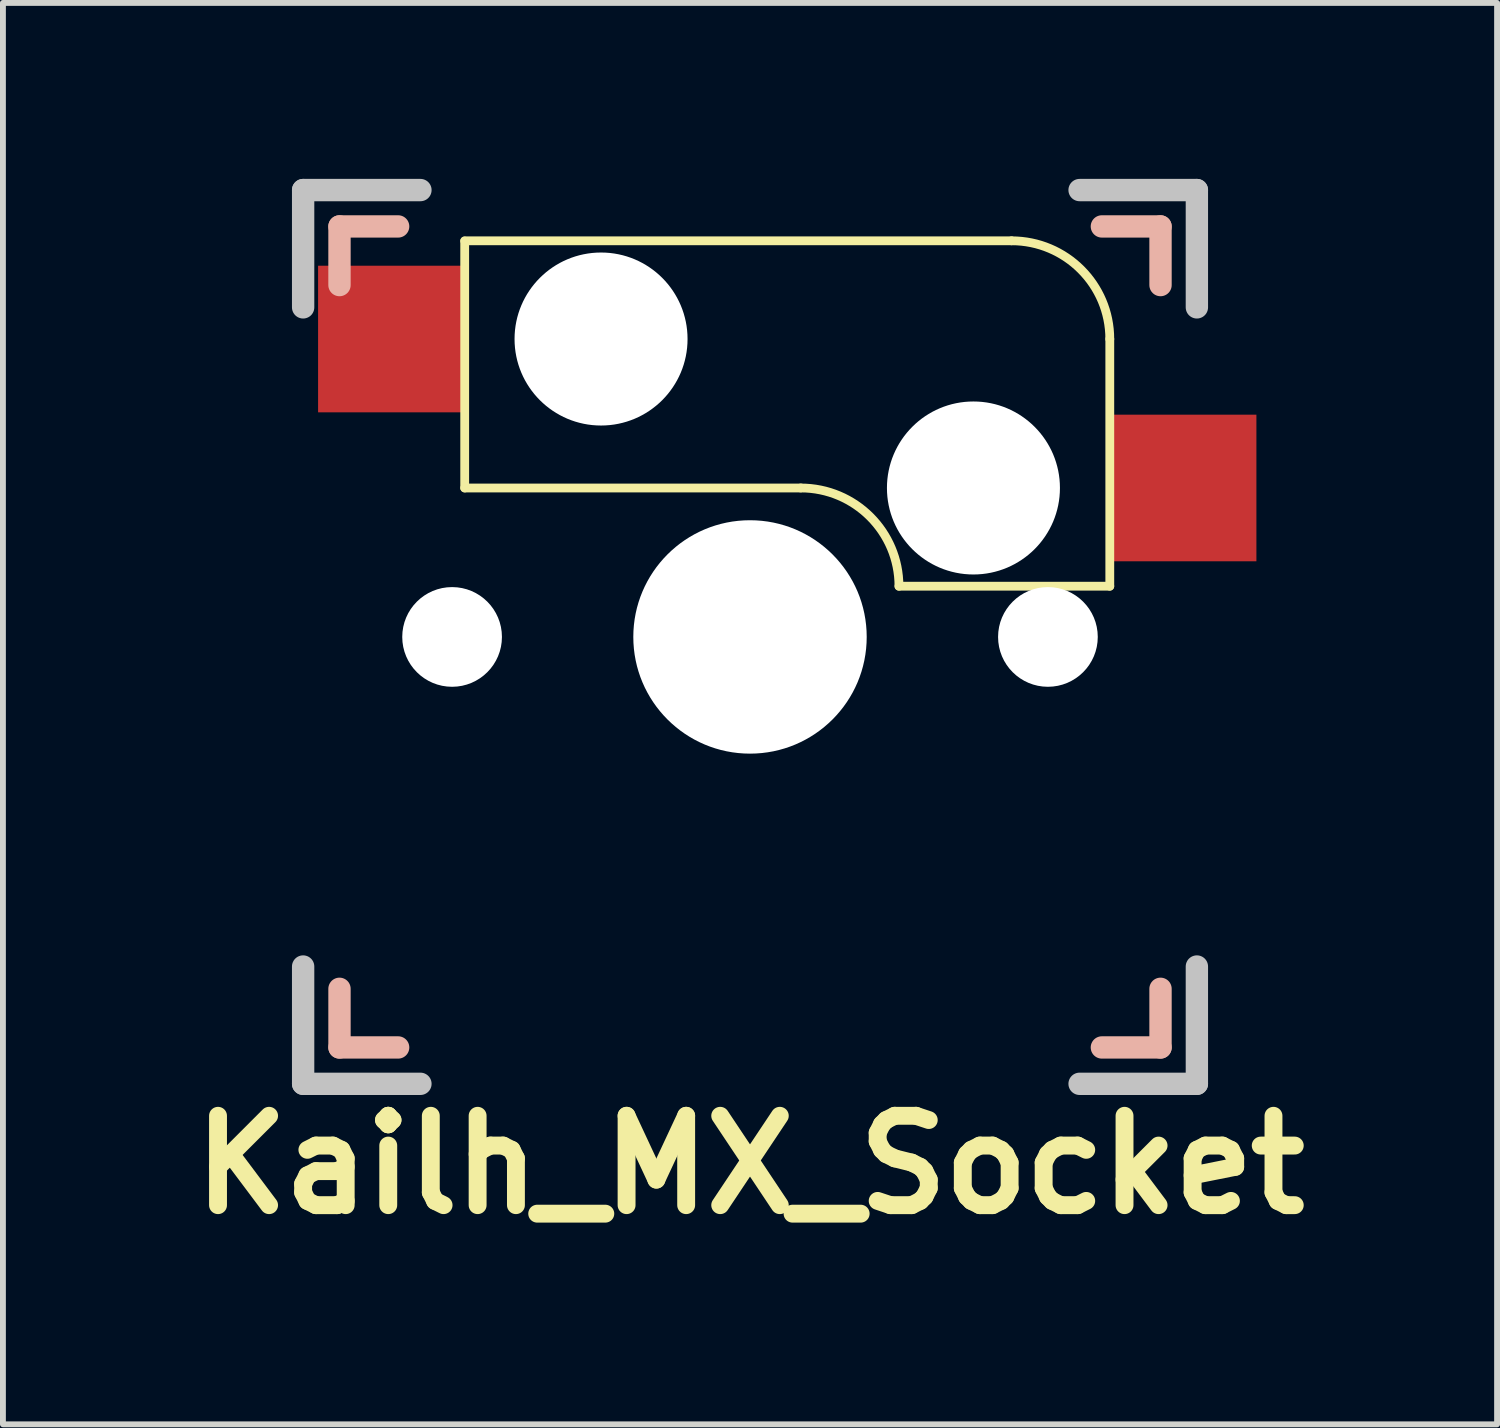
<source format=kicad_pcb>
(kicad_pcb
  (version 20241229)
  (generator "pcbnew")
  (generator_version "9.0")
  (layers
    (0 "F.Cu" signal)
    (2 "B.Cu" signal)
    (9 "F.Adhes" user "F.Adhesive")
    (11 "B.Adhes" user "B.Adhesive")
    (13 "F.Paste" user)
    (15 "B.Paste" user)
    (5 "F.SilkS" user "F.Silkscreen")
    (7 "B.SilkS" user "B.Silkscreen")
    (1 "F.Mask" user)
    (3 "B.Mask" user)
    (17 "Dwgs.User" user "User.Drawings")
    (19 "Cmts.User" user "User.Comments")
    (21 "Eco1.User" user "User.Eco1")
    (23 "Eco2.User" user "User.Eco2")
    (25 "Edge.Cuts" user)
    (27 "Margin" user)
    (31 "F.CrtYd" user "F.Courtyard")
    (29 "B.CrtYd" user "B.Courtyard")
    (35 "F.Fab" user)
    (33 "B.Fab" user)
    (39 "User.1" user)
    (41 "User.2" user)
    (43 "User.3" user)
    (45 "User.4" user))
  (footprint "Kailh_MX_Socket"
    (layer "F.Cu")
    (at 9.739 7.811)
    (property "Reference" "Kailh_MX_Socket" (at 0 9 0) (layer "F.SilkS") (effects (font (size 1.524 1.524) (thickness 0.305))))
    (attr through_hole)
    (fp_line (start -4.865 -6.75) (end -4.865 -2.54) (stroke (width 0.15) (type solid)) (layer "F.SilkS"))
    (fp_line (start 0.865 -2.54) (end -4.865 -2.54) (stroke (width 0.15) (type solid)) (layer "F.SilkS"))
    (fp_line (start 4.46 -6.755) (end -4.865 -6.755) (stroke (width 0.15) (type solid)) (layer "F.SilkS"))
    (fp_line (start 6.135 -5.08) (end 6.135 -0.865) (stroke (width 0.15) (type solid)) (layer "F.SilkS"))
    (fp_line (start 6.135 -0.865) (end 2.54 -0.865) (stroke (width 0.15) (type solid)) (layer "F.SilkS"))
    (fp_arc (start 0.865 -2.54) (mid 2.049404 -2.049404) (end 2.54 -0.865) (stroke (width 0.15) (type solid)) (layer "F.SilkS"))
    (fp_arc (start 4.46 -6.755) (mid 5.644404 -6.264404) (end 6.135 -5.08) (stroke (width 0.15) (type solid)) (layer "F.SilkS"))
    (fp_line (start -7 -7) (end -6 -7) (stroke (width 0.381) (type solid)) (layer "B.SilkS"))
    (fp_line (start -7 -6) (end -7 -7) (stroke (width 0.381) (type solid)) (layer "B.SilkS"))
    (fp_line (start -7 7) (end -7 6) (stroke (width 0.381) (type solid)) (layer "B.SilkS"))
    (fp_line (start -6 7) (end -7 7) (stroke (width 0.381) (type solid)) (layer "B.SilkS"))
    (fp_line (start 6 -7) (end 7 -7) (stroke (width 0.381) (type solid)) (layer "B.SilkS"))
    (fp_line (start 7 -7) (end 7 -6) (stroke (width 0.381) (type solid)) (layer "B.SilkS"))
    (fp_line (start 7 6) (end 7 7) (stroke (width 0.381) (type solid)) (layer "B.SilkS"))
    (fp_line (start 7 7) (end 6 7) (stroke (width 0.381) (type solid)) (layer "B.SilkS"))
    (fp_line (start -7.62 -7.62) (end -5.62 -7.62) (stroke (width 0.381) (type solid)) (layer "Dwgs.User"))
    (fp_line (start -7.62 -5.62) (end -7.62 -7.62) (stroke (width 0.381) (type solid)) (layer "Dwgs.User"))
    (fp_line (start -7.62 5.62) (end -7.62 7.62) (stroke (width 0.381) (type solid)) (layer "Dwgs.User"))
    (fp_line (start -7.62 7.62) (end -5.62 7.62) (stroke (width 0.381) (type solid)) (layer "Dwgs.User"))
    (fp_line (start 5.62 -7.62) (end 7.62 -7.62) (stroke (width 0.381) (type solid)) (layer "Dwgs.User"))
    (fp_line (start 5.62 7.62) (end 7.62 7.62) (stroke (width 0.381) (type solid)) (layer "Dwgs.User"))
    (fp_line (start 7.62 -7.62) (end 7.62 -5.62) (stroke (width 0.381) (type solid)) (layer "Dwgs.User"))
    (fp_line (start 7.62 5.62) (end 7.62 7.62) (stroke (width 0.381) (type solid)) (layer "Dwgs.User"))
    (pad "" np_thru_hole circle (at -5.08 0) (size 1.7 1.7) (drill 1.7) (layers "*.Cu" "*.Mask"))
    (pad "" np_thru_hole circle (at -2.54 -5.08) (size 2.95 2.95) (drill 2.95) (layers "*.Cu" "*.Mask"))
    (pad "" np_thru_hole circle (at 0 0) (size 3.98 3.98) (drill 3.98) (layers "*.Cu" "*.Mask"))
    (pad "" np_thru_hole circle (at 3.81 -2.54) (size 2.95 2.95) (drill 2.95) (layers "*.Cu" "*.Mask"))
    (pad "" np_thru_hole circle (at 5.08 0) (size 1.7 1.7) (drill 1.7) (layers "*.Cu" "*.Mask"))
    (pad "1" smd rect (at 7.36 -2.54) (size 2.55 2.5) (layers "F.Cu" "F.Mask" "F.Paste"))
    (pad "2" smd rect (at -6.09 -5.08) (size 2.55 2.5) (layers "F.Cu" "F.Mask" "F.Paste")))
  (gr_rect
    (start -3 -3)
    (end 22.478 21.237)
    (stroke (width 0.1) (type default))
    (fill no)
    (layer "Edge.Cuts")))
</source>
